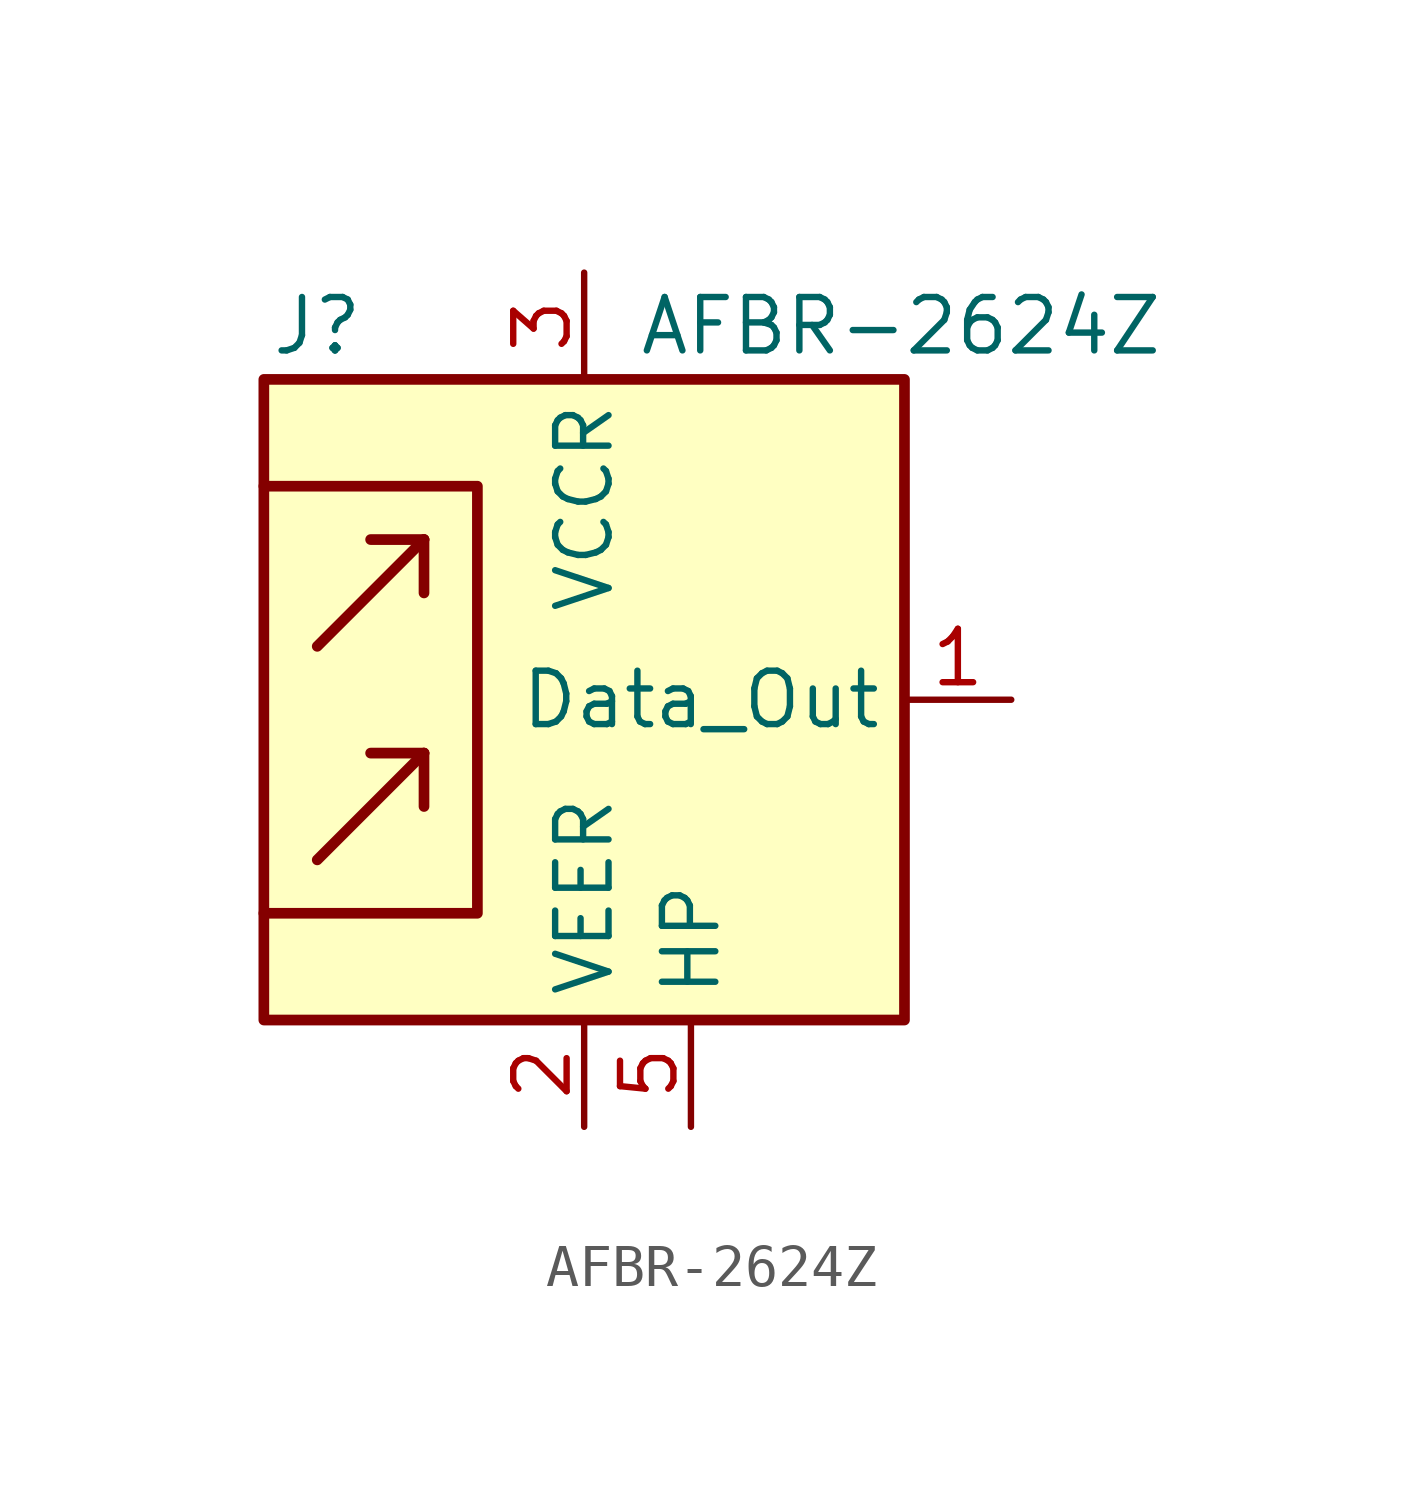
<source format=kicad_sym>
(kicad_symbol_lib
  (version 20220914)
  (generator kicad_symbol_editor)
  (symbol "AFBR-2624Z"
    (property "Reference" "J"
      (at -6.35 8.89 0)
      (effects (font (size 1.27 1.27))))
    (property "Value" "AFBR-2624Z"
      (at 1.27 8.89 0)
      (effects (font (size 1.27 1.27)) (justify left)))
    (symbol "AFBR-2624Z_0_1"
      (rectangle (start -7.62 7.62) (end 7.62 -7.62) (stroke (width 0.254) (type default)) (fill (type background)))
      (polyline (pts (xy -3.81 -1.27) (xy -6.35 -3.81)) (stroke (width 0.254) (type default)) (fill (type none)))
      (polyline (pts (xy -3.81 -1.27) (xy -5.08 -1.27)) (stroke (width 0.254) (type default)) (fill (type none)))
      (polyline (pts (xy -3.81 -1.27) (xy -3.81 -2.54)) (stroke (width 0.254) (type default)) (fill (type none)))
      (polyline (pts (xy -3.81 3.81) (xy -6.35 1.27)) (stroke (width 0.254) (type default)) (fill (type none)))
      (polyline (pts (xy -3.81 3.81) (xy -5.08 3.81)) (stroke (width 0.254) (type default)) (fill (type none)))
      (polyline (pts (xy -3.81 3.81) (xy -3.81 2.54)) (stroke (width 0.254) (type default)) (fill (type none)))
      (polyline (pts (xy -7.62 5.08) (xy -2.54 5.08) (xy -2.54 -5.08) (xy -7.62 -5.08)) (stroke (width 0.254) (type default)) (fill (type none))))
    (symbol "AFBR-2624Z_1_1"
      (pin output line (at 10.16 0 180) (length 2.54) (name "Data_Out" (effects (font (size 1.27 1.27)))) (number "1" (effects (font (size 1.27 1.27)))))
      (pin power_in line (at 0 -10.16 90) (length 2.54) (name "VEER" (effects (font (size 1.27 1.27)))) (number "2" (effects (font (size 1.27 1.27)))))
      (pin power_in line (at 0 10.16 270) (length 2.54) (name "VCCR" (effects (font (size 1.27 1.27)))) (number "3" (effects (font (size 1.27 1.27)))))
      (pin no_connect line (at 7.62 5.08 180) (length 2.54) hide (name "NC" (effects (font (size 1.27 1.27)))) (number "4" (effects (font (size 1.27 1.27)))))
      (pin passive line (at 2.54 -10.16 90) (length 2.54) (name "HP" (effects (font (size 1.27 1.27)))) (number "5" (effects (font (size 1.27 1.27)))))
      (pin passive line (at 2.54 -10.16 90) (length 2.54) hide (name "HP" (effects (font (size 1.27 1.27)))) (number "8" (effects (font (size 1.27 1.27))))))))
</source>
